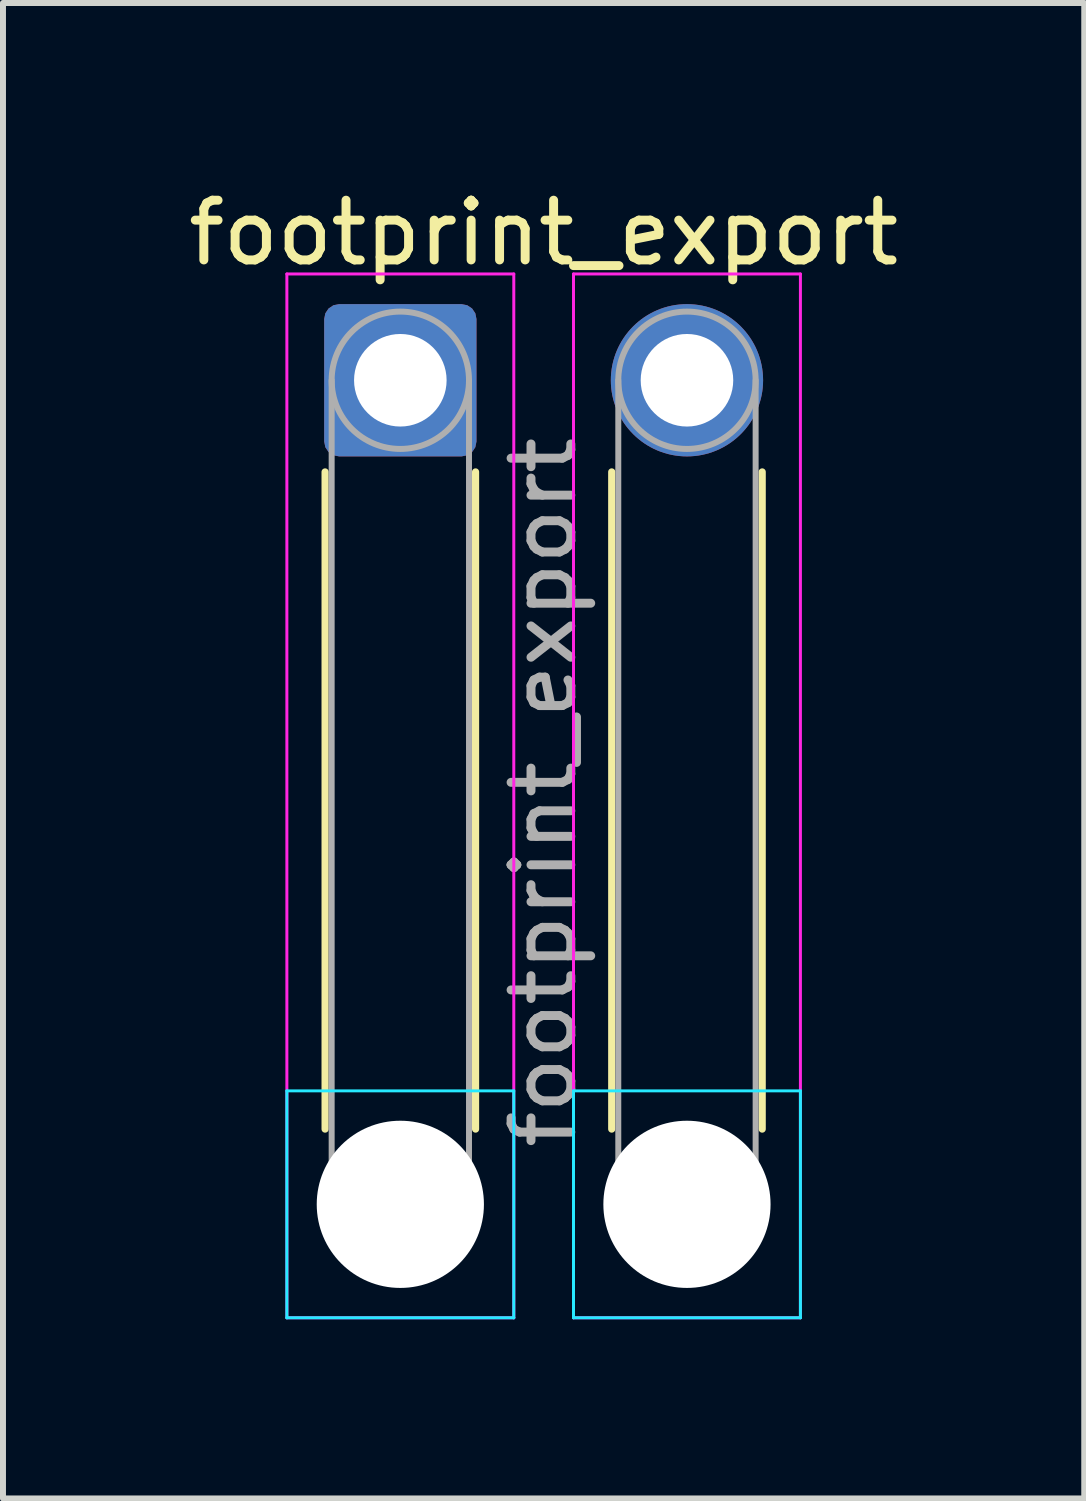
<source format=kicad_pcb>
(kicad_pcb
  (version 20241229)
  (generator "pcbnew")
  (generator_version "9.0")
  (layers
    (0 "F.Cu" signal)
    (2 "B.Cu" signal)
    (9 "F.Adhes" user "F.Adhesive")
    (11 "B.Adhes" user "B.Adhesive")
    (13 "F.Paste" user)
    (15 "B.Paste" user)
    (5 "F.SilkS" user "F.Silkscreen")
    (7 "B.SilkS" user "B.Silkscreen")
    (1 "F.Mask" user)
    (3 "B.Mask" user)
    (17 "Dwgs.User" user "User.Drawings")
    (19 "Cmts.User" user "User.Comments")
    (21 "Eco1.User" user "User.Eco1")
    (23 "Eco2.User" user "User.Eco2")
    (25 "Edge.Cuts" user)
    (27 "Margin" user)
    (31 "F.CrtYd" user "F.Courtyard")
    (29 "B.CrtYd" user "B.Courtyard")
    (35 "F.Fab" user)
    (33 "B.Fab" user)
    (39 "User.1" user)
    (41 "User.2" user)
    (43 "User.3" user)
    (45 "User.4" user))
  (footprint "footprint_export"
    (layer "F.Cu")
    (at 3.654 3.318)
    (property "Reference" "footprint_export" (at 2.4 -2.47 0) (layer "F.SilkS") (effects (font (size 1 1) (thickness 0.15))))
    (attr exclude_from_pos_files exclude_from_bom)
    (fp_line (start -1.26 1.535) (end -1.26 12.54) (stroke (width 0.12) (type solid)) (layer "F.SilkS"))
    (fp_line (start 1.26 1.535) (end 1.26 12.54) (stroke (width 0.12) (type solid)) (layer "F.SilkS"))
    (fp_line (start 3.54 1.535) (end 3.54 12.54) (stroke (width 0.12) (type solid)) (layer "F.SilkS"))
    (fp_line (start 6.06 1.535) (end 6.06 12.54) (stroke (width 0.12) (type solid)) (layer "F.SilkS"))
    (fp_line (start -1.9 11.9) (end -1.9 15.7) (stroke (width 0.05) (type solid)) (layer "B.CrtYd"))
    (fp_line (start -1.9 15.7) (end 1.9 15.7) (stroke (width 0.05) (type solid)) (layer "B.CrtYd"))
    (fp_line (start 1.9 11.9) (end -1.9 11.9) (stroke (width 0.05) (type solid)) (layer "B.CrtYd"))
    (fp_line (start 1.9 15.7) (end 1.9 11.9) (stroke (width 0.05) (type solid)) (layer "B.CrtYd"))
    (fp_line (start 2.9 11.9) (end 2.9 15.7) (stroke (width 0.05) (type solid)) (layer "B.CrtYd"))
    (fp_line (start 2.9 15.7) (end 6.7 15.7) (stroke (width 0.05) (type solid)) (layer "B.CrtYd"))
    (fp_line (start 6.7 11.9) (end 2.9 11.9) (stroke (width 0.05) (type solid)) (layer "B.CrtYd"))
    (fp_line (start 6.7 15.7) (end 6.7 11.9) (stroke (width 0.05) (type solid)) (layer "B.CrtYd"))
    (fp_line (start -1.9 -1.78) (end -1.9 15.7) (stroke (width 0.05) (type solid)) (layer "F.CrtYd"))
    (fp_line (start -1.9 15.7) (end 1.9 15.7) (stroke (width 0.05) (type solid)) (layer "F.CrtYd"))
    (fp_line (start 1.9 -1.78) (end -1.9 -1.78) (stroke (width 0.05) (type solid)) (layer "F.CrtYd"))
    (fp_line (start 1.9 15.7) (end 1.9 -1.78) (stroke (width 0.05) (type solid)) (layer "F.CrtYd"))
    (fp_line (start 2.9 -1.78) (end 2.9 15.7) (stroke (width 0.05) (type solid)) (layer "F.CrtYd"))
    (fp_line (start 2.9 15.7) (end 6.7 15.7) (stroke (width 0.05) (type solid)) (layer "F.CrtYd"))
    (fp_line (start 6.7 -1.78) (end 2.9 -1.78) (stroke (width 0.05) (type solid)) (layer "F.CrtYd"))
    (fp_line (start 6.7 15.7) (end 6.7 -1.78) (stroke (width 0.05) (type solid)) (layer "F.CrtYd"))
    (fp_line (start -1.15 0) (end -1.15 13.8) (stroke (width 0.1) (type solid)) (layer "F.Fab"))
    (fp_line (start 1.15 0) (end 1.15 13.8) (stroke (width 0.1) (type solid)) (layer "F.Fab"))
    (fp_line (start 3.65 0) (end 3.65 13.8) (stroke (width 0.1) (type solid)) (layer "F.Fab"))
    (fp_line (start 5.95 0) (end 5.95 13.8) (stroke (width 0.1) (type solid)) (layer "F.Fab"))
    (fp_circle (center 0 0) (end 1.15 0) (stroke (width 0.1) (type solid)) (fill no) (layer "F.Fab"))
    (fp_circle (center 0 13.8) (end 1.15 13.8) (stroke (width 0.1) (type solid)) (fill no) (layer "F.Fab"))
    (fp_circle (center 4.8 0) (end 5.95 0) (stroke (width 0.1) (type solid)) (fill no) (layer "F.Fab"))
    (fp_circle (center 4.8 13.8) (end 5.95 13.8) (stroke (width 0.1) (type solid)) (fill no) (layer "F.Fab"))
    (fp_text user "${REFERENCE}" (at 2.4 6.9 90) (layer "F.Fab") (effects (font (size 1 1) (thickness 0.15))))
    (pad "" np_thru_hole circle (at 0 13.8) (size 2.8 2.8) (drill 2.8) (layers "*.Cu" "*.Mask"))
    (pad "" np_thru_hole circle (at 4.8 13.8) (size 2.8 2.8) (drill 2.8) (layers "*.Cu" "*.Mask"))
    (pad "1" thru_hole roundrect (at 0 0) (size 2.55 2.55) (drill 1.55) (layers "*.Cu" "*.Mask") (roundrect_rratio 0.098))
    (pad "2" thru_hole circle (at 4.8 0) (size 2.55 2.55) (drill 1.55) (layers "*.Cu" "*.Mask")))
  (gr_rect
    (start -3 -3)
    (end 15.107 22.043)
    (stroke (width 0.1) (type default))
    (fill no)
    (layer "Edge.Cuts")))
</source>
